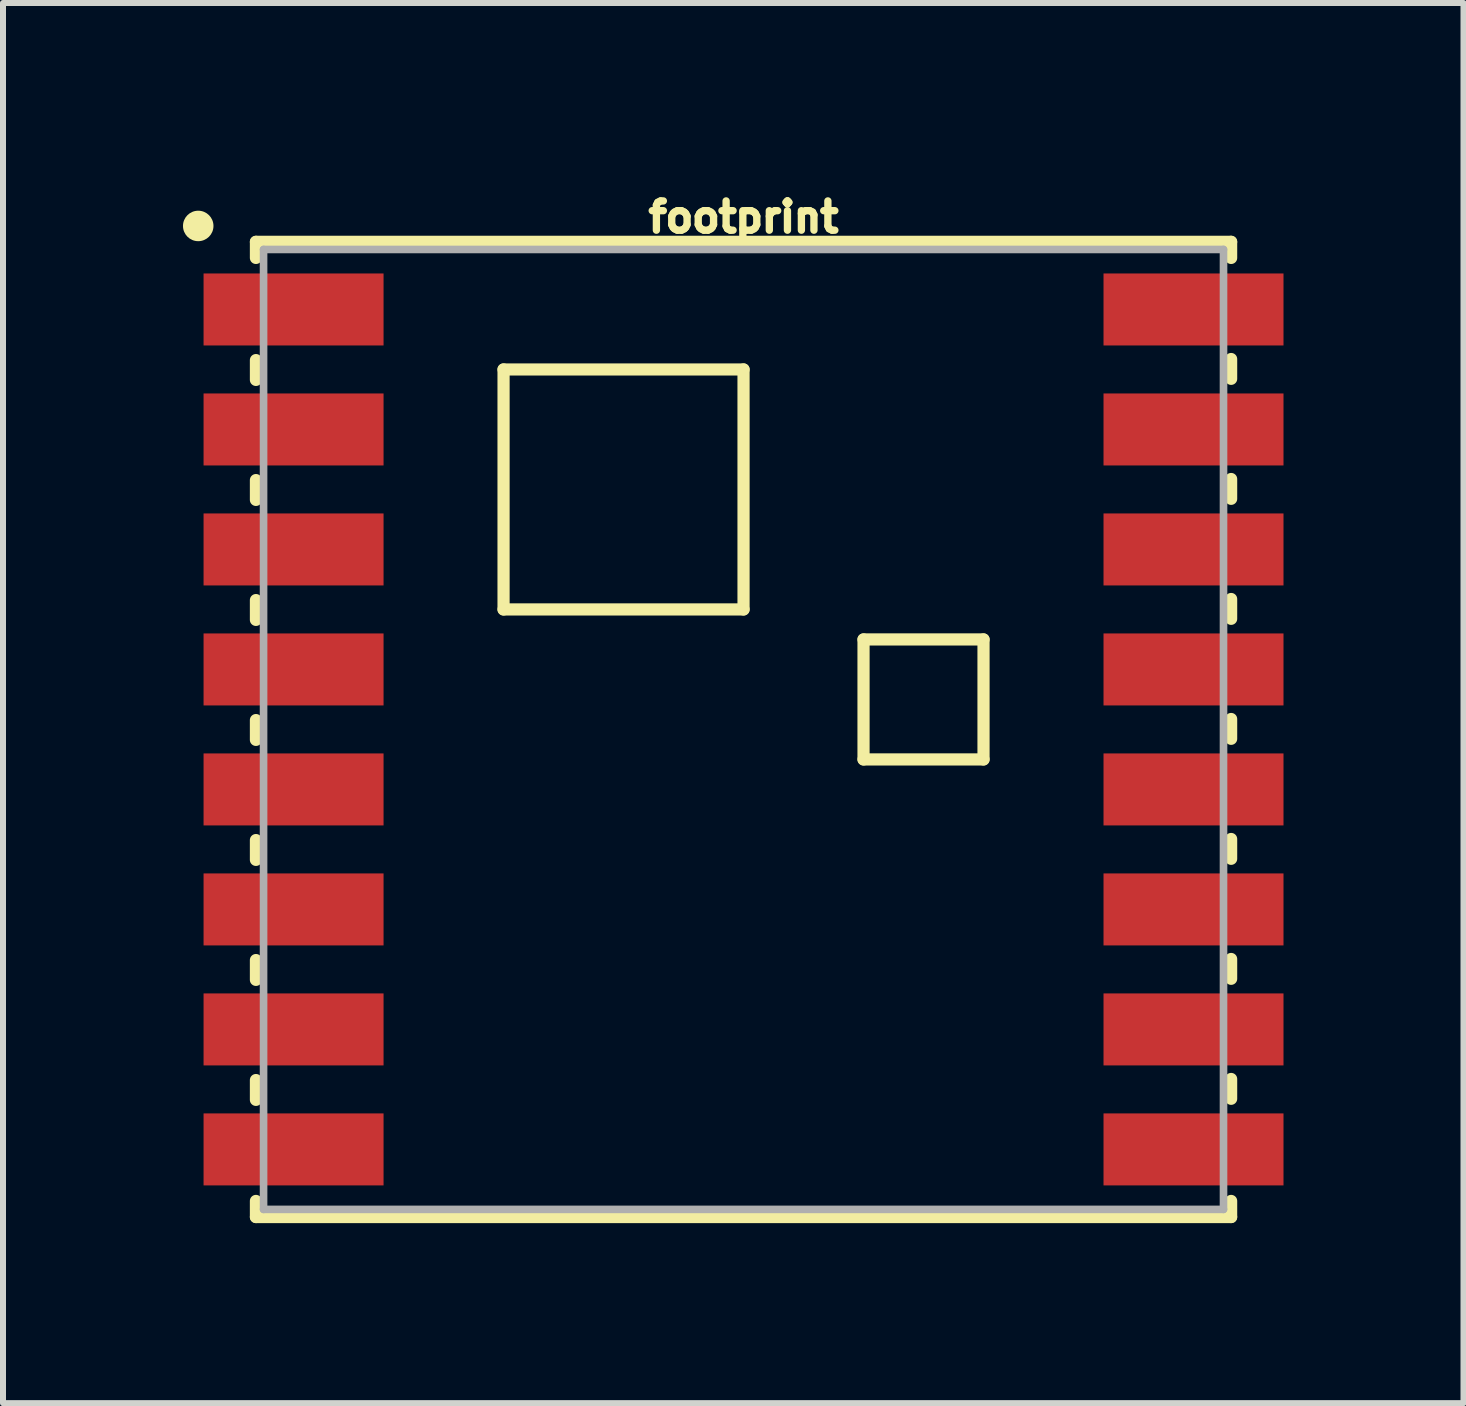
<source format=kicad_pcb>
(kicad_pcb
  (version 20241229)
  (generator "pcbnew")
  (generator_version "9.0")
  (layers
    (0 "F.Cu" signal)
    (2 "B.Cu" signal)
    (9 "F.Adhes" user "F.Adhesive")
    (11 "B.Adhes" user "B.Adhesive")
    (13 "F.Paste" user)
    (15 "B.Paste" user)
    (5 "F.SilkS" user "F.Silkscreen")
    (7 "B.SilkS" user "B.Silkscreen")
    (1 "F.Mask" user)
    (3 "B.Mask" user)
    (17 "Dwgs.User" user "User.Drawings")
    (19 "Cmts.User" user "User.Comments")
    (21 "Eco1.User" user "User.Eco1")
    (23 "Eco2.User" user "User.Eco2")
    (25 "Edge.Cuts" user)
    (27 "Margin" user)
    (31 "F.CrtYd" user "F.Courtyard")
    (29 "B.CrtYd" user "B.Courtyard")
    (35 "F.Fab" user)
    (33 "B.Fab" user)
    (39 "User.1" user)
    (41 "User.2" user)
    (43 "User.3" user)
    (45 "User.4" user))
  (footprint "footprint"
    (layer "F.Cu")
    (at 9.343 9.108)
    (property "Reference" "footprint" (at 0 -8.255 0) (layer "F.SilkS") (effects (font (size 0.488 0.488) (thickness 0.122)) (justify bottom)))
    (fp_line (start -8.127 -8.127) (end 8.127 -8.127) (stroke (width 0.203) (type solid)) (layer "F.SilkS"))
    (fp_line (start -8.127 -7.859) (end -8.127 -8.127) (stroke (width 0.203) (type solid)) (layer "F.SilkS"))
    (fp_line (start -8.127 -5.826) (end -8.127 -6.156) (stroke (width 0.203) (type solid)) (layer "F.SilkS"))
    (fp_line (start -8.127 -3.826) (end -8.127 -4.156) (stroke (width 0.203) (type solid)) (layer "F.SilkS"))
    (fp_line (start -8.127 -1.826) (end -8.127 -2.156) (stroke (width 0.203) (type solid)) (layer "F.SilkS"))
    (fp_line (start -8.127 0.174) (end -8.127 -0.156) (stroke (width 0.203) (type solid)) (layer "F.SilkS"))
    (fp_line (start -8.127 2.174) (end -8.127 1.844) (stroke (width 0.203) (type solid)) (layer "F.SilkS"))
    (fp_line (start -8.127 4.174) (end -8.127 3.844) (stroke (width 0.203) (type solid)) (layer "F.SilkS"))
    (fp_line (start -8.127 6.174) (end -8.127 5.844) (stroke (width 0.203) (type solid)) (layer "F.SilkS"))
    (fp_line (start -8.127 8.127) (end -8.127 7.859) (stroke (width 0.203) (type solid)) (layer "F.SilkS"))
    (fp_line (start -4 -6) (end -4 -2) (stroke (width 0.203) (type solid)) (layer "F.SilkS"))
    (fp_line (start -4 -2) (end 0 -2) (stroke (width 0.203) (type solid)) (layer "F.SilkS"))
    (fp_line (start 0 -6) (end -4 -6) (stroke (width 0.203) (type solid)) (layer "F.SilkS"))
    (fp_line (start 0 -2) (end 0 -6) (stroke (width 0.203) (type solid)) (layer "F.SilkS"))
    (fp_line (start 2 0.5) (end 2 -1.5) (stroke (width 0.203) (type solid)) (layer "F.SilkS"))
    (fp_line (start 4 -1.5) (end 2 -1.5) (stroke (width 0.203) (type solid)) (layer "F.SilkS"))
    (fp_line (start 4 0.5) (end 2 0.5) (stroke (width 0.203) (type solid)) (layer "F.SilkS"))
    (fp_line (start 4 0.5) (end 4 -1.5) (stroke (width 0.203) (type solid)) (layer "F.SilkS"))
    (fp_line (start 8.127 -8.127) (end 8.127 -7.859) (stroke (width 0.203) (type solid)) (layer "F.SilkS"))
    (fp_line (start 8.127 -6.174) (end 8.127 -5.844) (stroke (width 0.203) (type solid)) (layer "F.SilkS"))
    (fp_line (start 8.127 -4.174) (end 8.127 -3.844) (stroke (width 0.203) (type solid)) (layer "F.SilkS"))
    (fp_line (start 8.127 -2.174) (end 8.127 -1.844) (stroke (width 0.203) (type solid)) (layer "F.SilkS"))
    (fp_line (start 8.127 -0.174) (end 8.127 0.156) (stroke (width 0.203) (type solid)) (layer "F.SilkS"))
    (fp_line (start 8.127 1.826) (end 8.127 2.156) (stroke (width 0.203) (type solid)) (layer "F.SilkS"))
    (fp_line (start 8.127 3.826) (end 8.127 4.156) (stroke (width 0.203) (type solid)) (layer "F.SilkS"))
    (fp_line (start 8.127 5.826) (end 8.127 6.156) (stroke (width 0.203) (type solid)) (layer "F.SilkS"))
    (fp_line (start 8.127 7.859) (end 8.127 8.127) (stroke (width 0.203) (type solid)) (layer "F.SilkS"))
    (fp_line (start 8.127 8.127) (end -8.127 8.127) (stroke (width 0.203) (type solid)) (layer "F.SilkS"))
    (fp_circle (center -9.089 -8.392) (end -8.962 -8.392) (stroke (width 0.254) (type solid)) (fill yes) (layer "F.SilkS"))
    (fp_line (start -8 -8) (end -8 8) (stroke (width 0.127) (type solid)) (layer "F.Fab"))
    (fp_line (start -8 8) (end 8 8) (stroke (width 0.127) (type solid)) (layer "F.Fab"))
    (fp_line (start 8 -8) (end -8 -8) (stroke (width 0.127) (type solid)) (layer "F.Fab"))
    (fp_line (start 8 8) (end 8 -8) (stroke (width 0.127) (type solid)) (layer "F.Fab"))
    (pad "1" smd rect (at -7.5 -7) (size 3 1.2) (layers "F.Cu" "F.Mask" "F.Paste"))
    (pad "2" smd rect (at -7.5 -5) (size 3 1.2) (layers "F.Cu" "F.Mask" "F.Paste"))
    (pad "3" smd rect (at -7.5 -3) (size 3 1.2) (layers "F.Cu" "F.Mask" "F.Paste"))
    (pad "4" smd rect (at -7.5 -1) (size 3 1.2) (layers "F.Cu" "F.Mask" "F.Paste"))
    (pad "5" smd rect (at -7.5 1) (size 3 1.2) (layers "F.Cu" "F.Mask" "F.Paste"))
    (pad "6" smd rect (at -7.5 3) (size 3 1.2) (layers "F.Cu" "F.Mask" "F.Paste"))
    (pad "7" smd rect (at -7.5 5) (size 3 1.2) (layers "F.Cu" "F.Mask" "F.Paste"))
    (pad "8" smd rect (at -7.5 7) (size 3 1.2) (layers "F.Cu" "F.Mask" "F.Paste"))
    (pad "9" smd rect (at 7.5 7) (size 3 1.2) (layers "F.Cu" "F.Mask" "F.Paste"))
    (pad "10" smd rect (at 7.5 5) (size 3 1.2) (layers "F.Cu" "F.Mask" "F.Paste"))
    (pad "11" smd rect (at 7.5 3) (size 3 1.2) (layers "F.Cu" "F.Mask" "F.Paste"))
    (pad "12" smd rect (at 7.5 1) (size 3 1.2) (layers "F.Cu" "F.Mask" "F.Paste"))
    (pad "13" smd rect (at 7.5 -1) (size 3 1.2) (layers "F.Cu" "F.Mask" "F.Paste"))
    (pad "14" smd rect (at 7.5 -3) (size 3 1.2) (layers "F.Cu" "F.Mask" "F.Paste"))
    (pad "15" smd rect (at 7.5 -5) (size 3 1.2) (layers "F.Cu" "F.Mask" "F.Paste"))
    (pad "16" smd rect (at 7.5 -7) (size 3 1.2) (layers "F.Cu" "F.Mask" "F.Paste")))
  (gr_rect
    (start -3 -3)
    (end 21.343 20.337)
    (stroke (width 0.1) (type default))
    (fill no)
    (layer "Edge.Cuts")))
</source>
